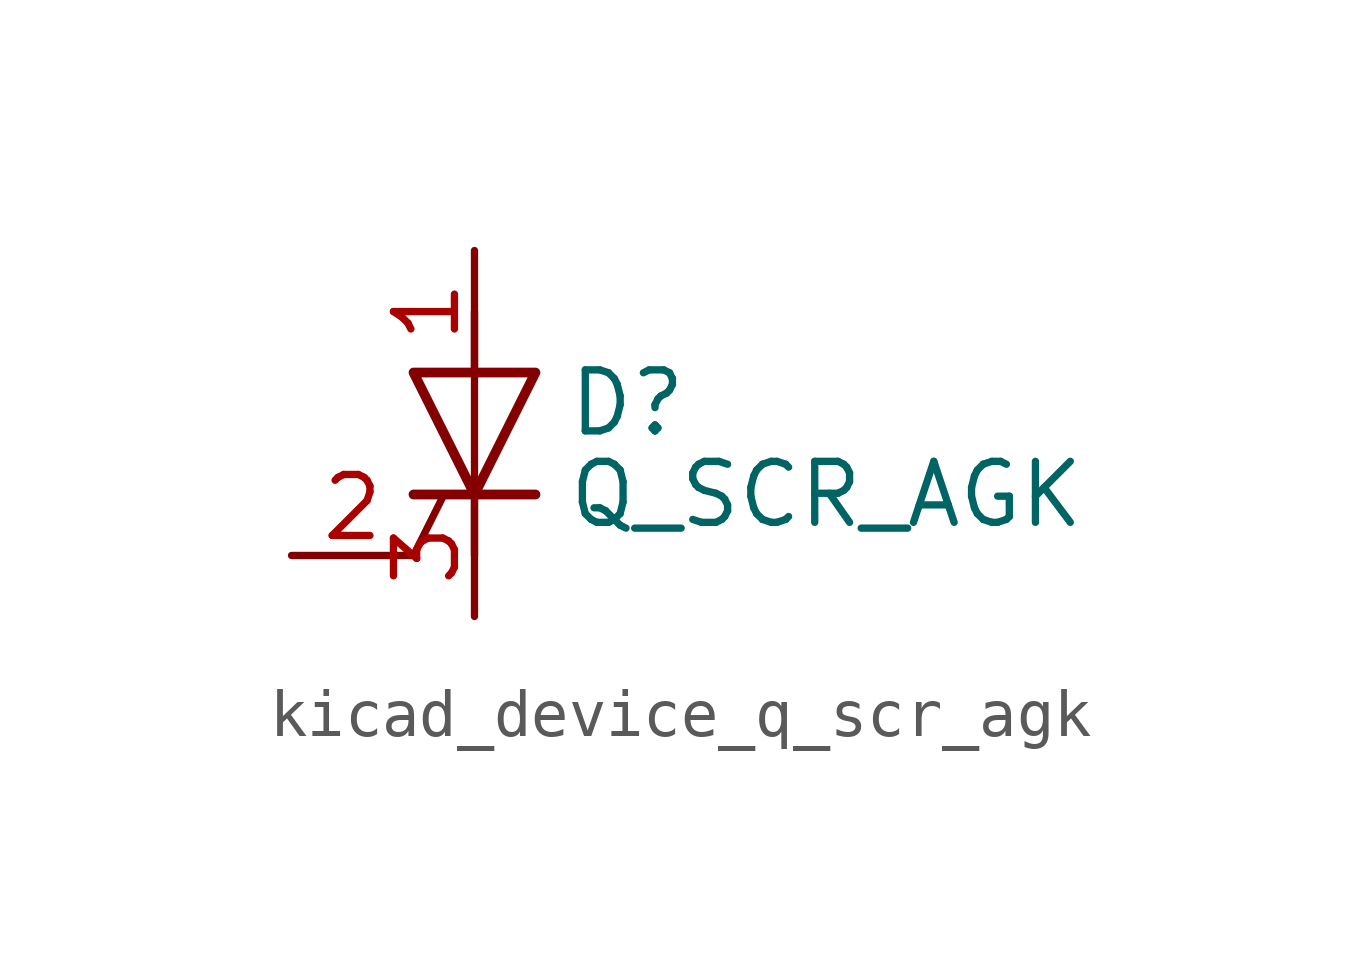
<source format=kicad_sym>
(kicad_symbol_lib
  (version 20220914)
  (generator kicad_symbol_editor)
  (symbol "kicad_device_q_scr_agk"
    (pin_names
      (offset 0) hide)
    (property "Reference" "D"
      (at 1.905 0.635 0)
      (effects (font (size 1.27 1.27)) (justify left)))
    (property "Value" "Q_SCR_AGK"
      (at 1.905 -1.27 0)
      (effects (font (size 1.27 1.27)) (justify left)))
    (symbol "kicad_device_q_scr_agk_0_1"
      (polyline (pts (xy -1.27 -2.54) (xy -0.635 -1.27)) (stroke (width 0) (type default)) (fill (type none)))
      (polyline (pts (xy -1.27 -1.27) (xy 1.27 -1.27)) (stroke (width 0.203) (type default)) (fill (type none)))
      (polyline (pts (xy 0 -2.54) (xy 0 2.54)) (stroke (width 0) (type default)) (fill (type none)))
      (polyline (pts (xy -1.27 1.27) (xy 1.27 1.27) (xy 0 -1.27) (xy -1.27 1.27)) (stroke (width 0.203) (type default)) (fill (type none))))
    (symbol "kicad_device_q_scr_agk_1_1"
      (pin passive line (at 0 3.81 270) (length 2.54) (name "A" (effects (font (size 1.27 1.27)))) (number "1" (effects (font (size 1.27 1.27)))))
      (pin input line (at -3.81 -2.54 0) (length 2.54) (name "G" (effects (font (size 1.27 1.27)))) (number "2" (effects (font (size 1.27 1.27)))))
      (pin passive line (at 0 -3.81 90) (length 2.54) (name "K" (effects (font (size 1.27 1.27)))) (number "3" (effects (font (size 1.27 1.27))))))))
</source>
